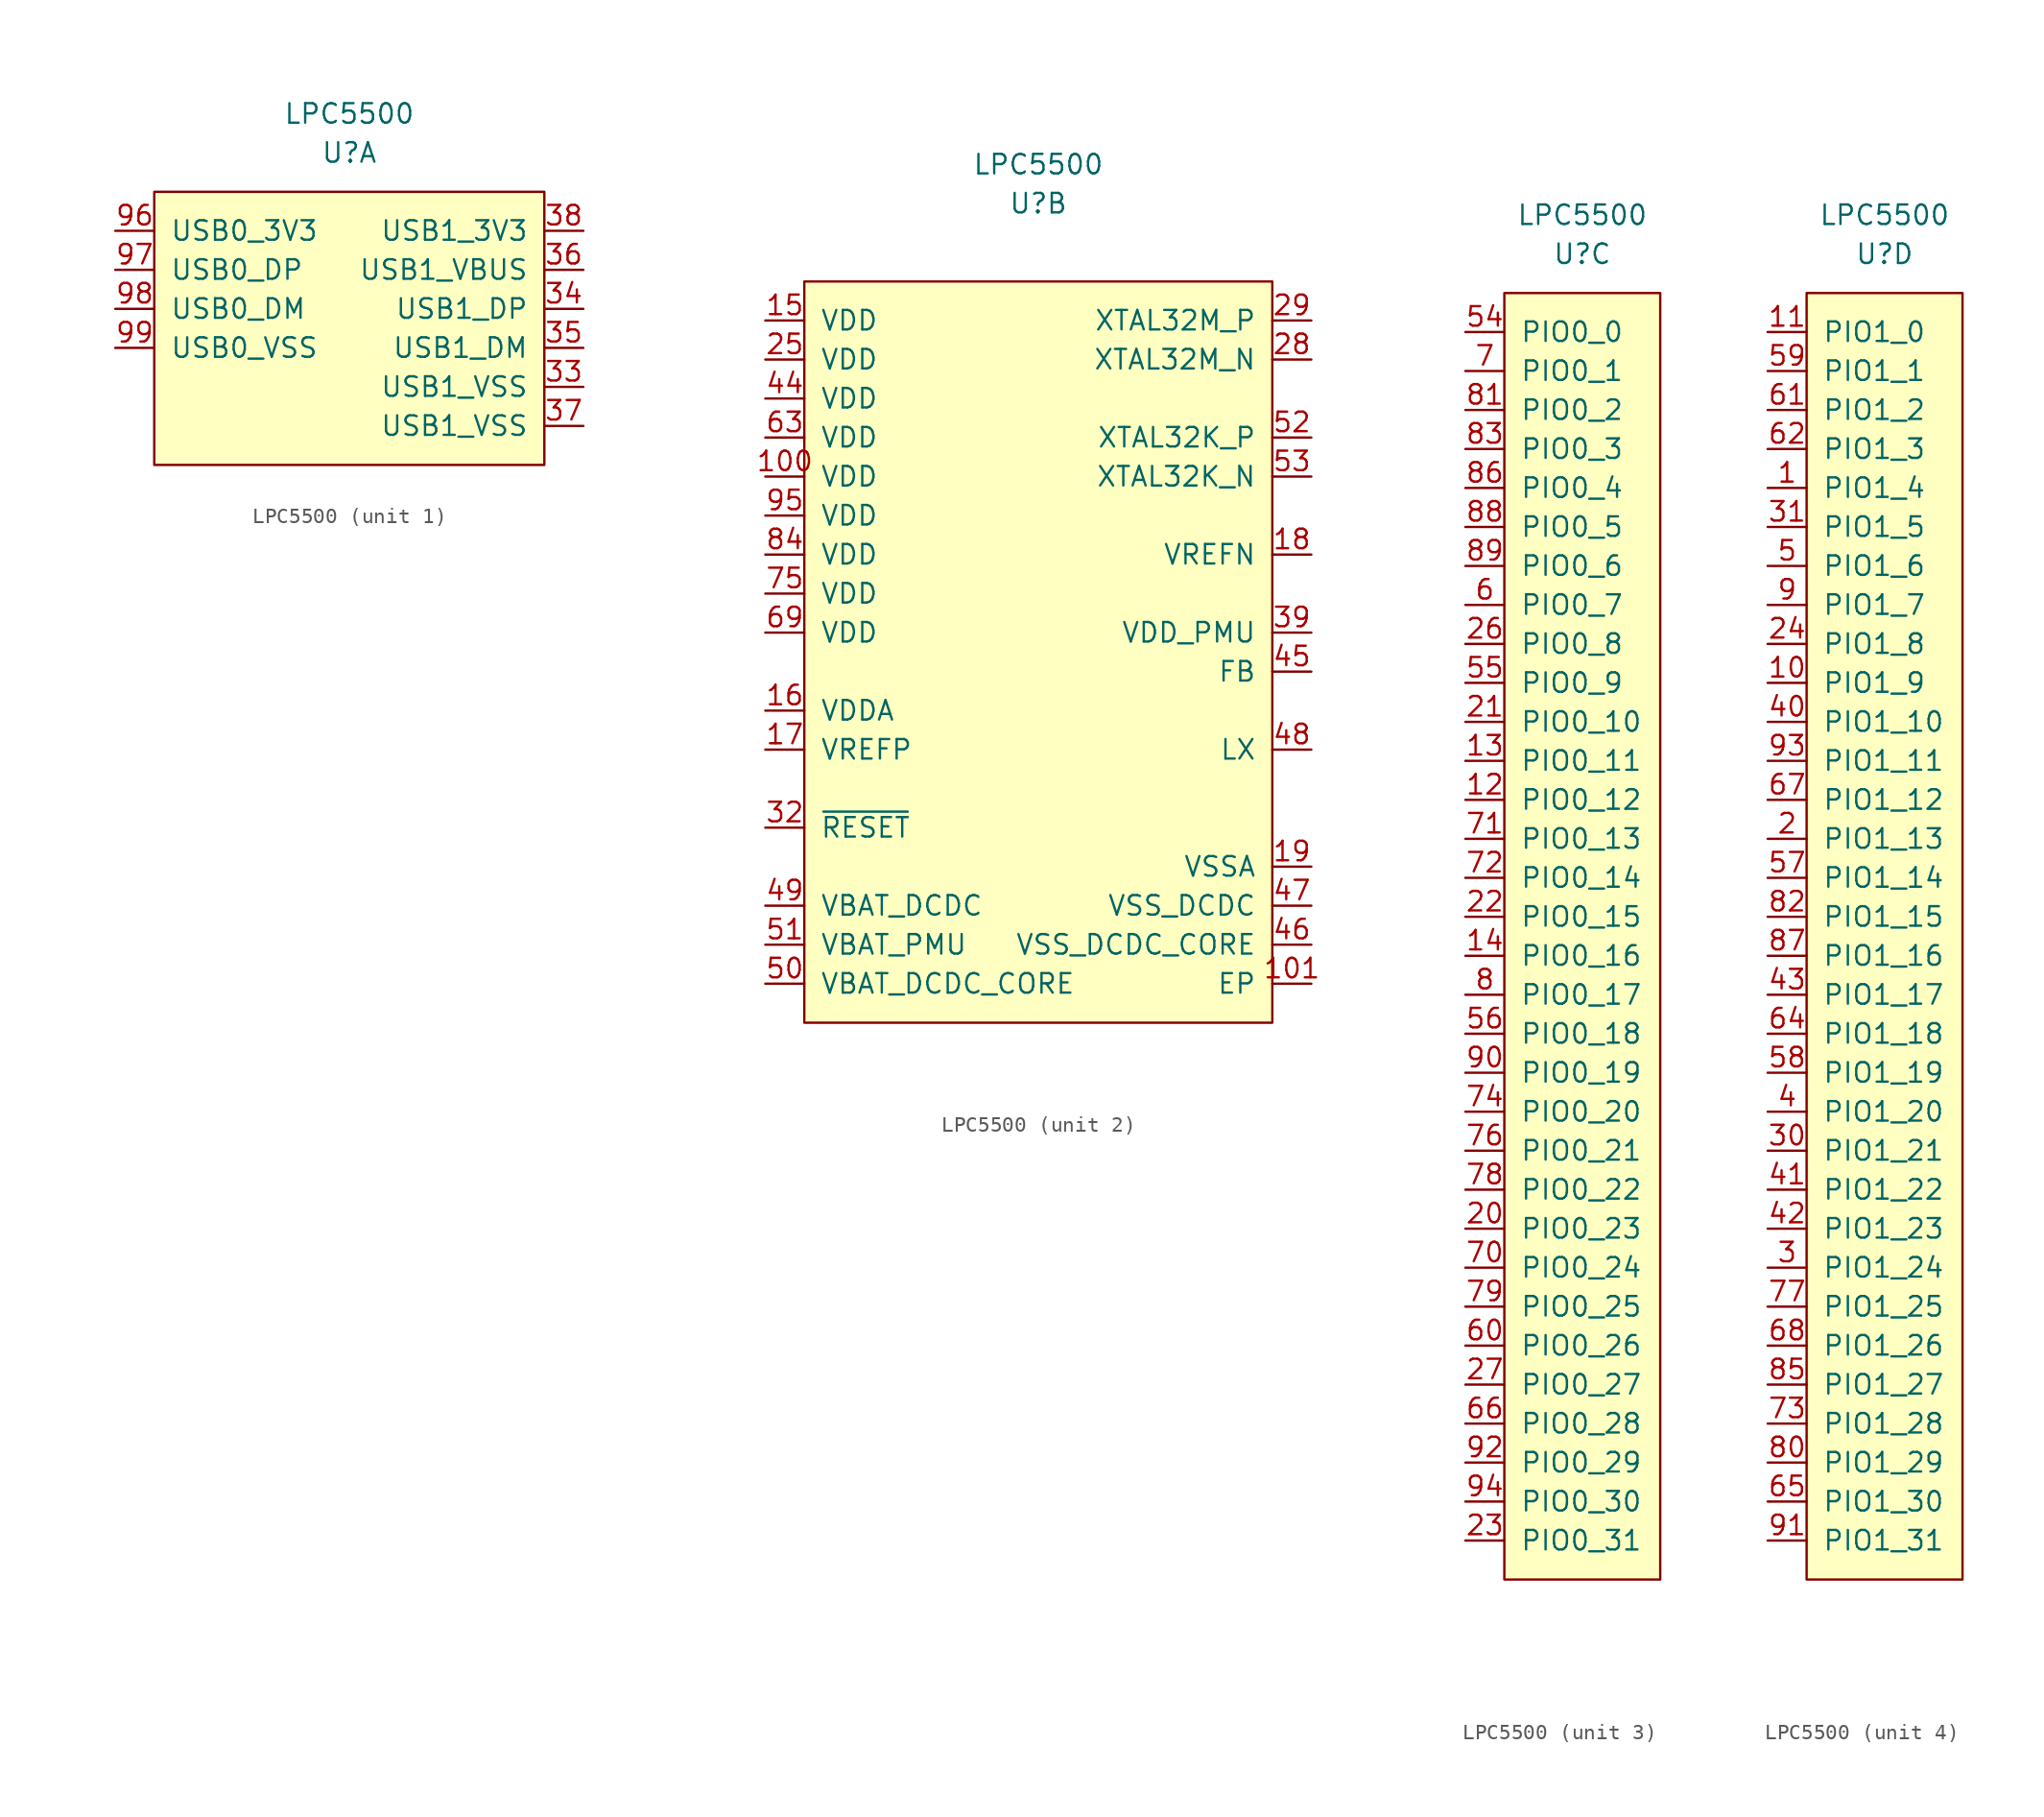
<source format=kicad_sym>
(kicad_symbol_lib
  (version 20231120)
  (generator "kicad_symbol_editor")
  (generator_version "8.0")
  (symbol "LPC5500"
    (pin_names
      (offset 1.016))
    (property "Reference" "U"
      (at 0 10.16 0)
      (effects (font (size 1.27 1.27))))
    (property "Value" "LPC5500"
      (at 0 12.7 0)
      (effects (font (size 1.27 1.27))))
    (property "ki_locked" ""
      (at 0 0 0)
      (effects (font (size 1.27 1.27))))
    (symbol "LPC5500_1_1"
      (rectangle (start -12.7 7.62) (end 12.7 -10.16) (stroke (width 0) (type default)) (fill (type background)))
      (pin power_in line (at 15.24 -5.08 180) (length 2.54) (name "USB1_VSS" (effects (font (size 1.27 1.27)))) (number "33" (effects (font (size 1.27 1.27)))))
      (pin bidirectional line (at 15.24 0 180) (length 2.54) (name "USB1_DP" (effects (font (size 1.27 1.27)))) (number "34" (effects (font (size 1.27 1.27)))))
      (pin bidirectional line (at 15.24 -2.54 180) (length 2.54) (name "USB1_DM" (effects (font (size 1.27 1.27)))) (number "35" (effects (font (size 1.27 1.27)))))
      (pin power_in line (at 15.24 2.54 180) (length 2.54) (name "USB1_VBUS" (effects (font (size 1.27 1.27)))) (number "36" (effects (font (size 1.27 1.27)))))
      (pin power_in line (at 15.24 -7.62 180) (length 2.54) (name "USB1_VSS" (effects (font (size 1.27 1.27)))) (number "37" (effects (font (size 1.27 1.27)))))
      (pin power_in line (at 15.24 5.08 180) (length 2.54) (name "USB1_3V3" (effects (font (size 1.27 1.27)))) (number "38" (effects (font (size 1.27 1.27)))))
      (pin power_in line (at -15.24 5.08 0) (length 2.54) (name "USB0_3V3" (effects (font (size 1.27 1.27)))) (number "96" (effects (font (size 1.27 1.27)))))
      (pin bidirectional line (at -15.24 2.54 0) (length 2.54) (name "USB0_DP" (effects (font (size 1.27 1.27)))) (number "97" (effects (font (size 1.27 1.27)))))
      (pin bidirectional line (at -15.24 0 0) (length 2.54) (name "USB0_DM" (effects (font (size 1.27 1.27)))) (number "98" (effects (font (size 1.27 1.27)))))
      (pin power_in line (at -15.24 -2.54 0) (length 2.54) (name "USB0_VSS" (effects (font (size 1.27 1.27)))) (number "99" (effects (font (size 1.27 1.27))))))
    (symbol "LPC5500_2_1"
      (rectangle (start -15.24 5.08) (end 15.24 -43.18) (stroke (width 0) (type default)) (fill (type background)))
      (pin power_in line (at -17.78 -7.62 0) (length 2.54) (name "VDD" (effects (font (size 1.27 1.27)))) (number "100" (effects (font (size 1.27 1.27)))))
      (pin power_in line (at 17.78 -40.64 180) (length 2.54) (name "EP" (effects (font (size 1.27 1.27)))) (number "101" (effects (font (size 1.27 1.27)))))
      (pin power_in line (at -17.78 2.54 0) (length 2.54) (name "VDD" (effects (font (size 1.27 1.27)))) (number "15" (effects (font (size 1.27 1.27)))))
      (pin power_in line (at -17.78 -22.86 0) (length 2.54) (name "VDDA" (effects (font (size 1.27 1.27)))) (number "16" (effects (font (size 1.27 1.27)))))
      (pin power_in line (at -17.78 -25.4 0) (length 2.54) (name "VREFP" (effects (font (size 1.27 1.27)))) (number "17" (effects (font (size 1.27 1.27)))))
      (pin power_in line (at 17.78 -12.7 180) (length 2.54) (name "VREFN" (effects (font (size 1.27 1.27)))) (number "18" (effects (font (size 1.27 1.27)))))
      (pin power_in line (at 17.78 -33.02 180) (length 2.54) (name "VSSA" (effects (font (size 1.27 1.27)))) (number "19" (effects (font (size 1.27 1.27)))))
      (pin power_in line (at -17.78 0 0) (length 2.54) (name "VDD" (effects (font (size 1.27 1.27)))) (number "25" (effects (font (size 1.27 1.27)))))
      (pin input line (at 17.78 0 180) (length 2.54) (name "XTAL32M_N" (effects (font (size 1.27 1.27)))) (number "28" (effects (font (size 1.27 1.27)))))
      (pin input line (at 17.78 2.54 180) (length 2.54) (name "XTAL32M_P" (effects (font (size 1.27 1.27)))) (number "29" (effects (font (size 1.27 1.27)))))
      (pin input line (at -17.78 -30.48 0) (length 2.54) (name "~{RESET}" (effects (font (size 1.27 1.27)))) (number "32" (effects (font (size 1.27 1.27)))))
      (pin power_in line (at 17.78 -17.78 180) (length 2.54) (name "VDD_PMU" (effects (font (size 1.27 1.27)))) (number "39" (effects (font (size 1.27 1.27)))))
      (pin power_in line (at -17.78 -2.54 0) (length 2.54) (name "VDD" (effects (font (size 1.27 1.27)))) (number "44" (effects (font (size 1.27 1.27)))))
      (pin power_in line (at 17.78 -20.32 180) (length 2.54) (name "FB" (effects (font (size 1.27 1.27)))) (number "45" (effects (font (size 1.27 1.27)))))
      (pin power_in line (at 17.78 -38.1 180) (length 2.54) (name "VSS_DCDC_CORE" (effects (font (size 1.27 1.27)))) (number "46" (effects (font (size 1.27 1.27)))))
      (pin power_in line (at 17.78 -35.56 180) (length 2.54) (name "VSS_DCDC" (effects (font (size 1.27 1.27)))) (number "47" (effects (font (size 1.27 1.27)))))
      (pin power_out line (at 17.78 -25.4 180) (length 2.54) (name "LX" (effects (font (size 1.27 1.27)))) (number "48" (effects (font (size 1.27 1.27)))))
      (pin power_in line (at -17.78 -35.56 0) (length 2.54) (name "VBAT_DCDC" (effects (font (size 1.27 1.27)))) (number "49" (effects (font (size 1.27 1.27)))))
      (pin power_in line (at -17.78 -40.64 0) (length 2.54) (name "VBAT_DCDC_CORE" (effects (font (size 1.27 1.27)))) (number "50" (effects (font (size 1.27 1.27)))))
      (pin power_in line (at -17.78 -38.1 0) (length 2.54) (name "VBAT_PMU" (effects (font (size 1.27 1.27)))) (number "51" (effects (font (size 1.27 1.27)))))
      (pin input line (at 17.78 -5.08 180) (length 2.54) (name "XTAL32K_P" (effects (font (size 1.27 1.27)))) (number "52" (effects (font (size 1.27 1.27)))))
      (pin input line (at 17.78 -7.62 180) (length 2.54) (name "XTAL32K_N" (effects (font (size 1.27 1.27)))) (number "53" (effects (font (size 1.27 1.27)))))
      (pin power_in line (at -17.78 -5.08 0) (length 2.54) (name "VDD" (effects (font (size 1.27 1.27)))) (number "63" (effects (font (size 1.27 1.27)))))
      (pin power_in line (at -17.78 -17.78 0) (length 2.54) (name "VDD" (effects (font (size 1.27 1.27)))) (number "69" (effects (font (size 1.27 1.27)))))
      (pin power_in line (at -17.78 -15.24 0) (length 2.54) (name "VDD" (effects (font (size 1.27 1.27)))) (number "75" (effects (font (size 1.27 1.27)))))
      (pin power_in line (at -17.78 -12.7 0) (length 2.54) (name "VDD" (effects (font (size 1.27 1.27)))) (number "84" (effects (font (size 1.27 1.27)))))
      (pin power_in line (at -17.78 -10.16 0) (length 2.54) (name "VDD" (effects (font (size 1.27 1.27)))) (number "95" (effects (font (size 1.27 1.27))))))
    (symbol "LPC5500_3_1"
      (rectangle (start -5.08 7.62) (end 5.08 -76.2) (stroke (width 0) (type default)) (fill (type background)))
      (pin bidirectional line (at -7.62 -25.4 0) (length 2.54) (name "PIO0_12" (effects (font (size 1.27 1.27)))) (number "12" (effects (font (size 1.27 1.27)))))
      (pin bidirectional line (at -7.62 -22.86 0) (length 2.54) (name "PIO0_11" (effects (font (size 1.27 1.27)))) (number "13" (effects (font (size 1.27 1.27)))))
      (pin bidirectional line (at -7.62 -35.56 0) (length 2.54) (name "PIO0_16" (effects (font (size 1.27 1.27)))) (number "14" (effects (font (size 1.27 1.27)))))
      (pin bidirectional line (at -7.62 -53.34 0) (length 2.54) (name "PIO0_23" (effects (font (size 1.27 1.27)))) (number "20" (effects (font (size 1.27 1.27)))))
      (pin bidirectional line (at -7.62 -20.32 0) (length 2.54) (name "PIO0_10" (effects (font (size 1.27 1.27)))) (number "21" (effects (font (size 1.27 1.27)))))
      (pin bidirectional line (at -7.62 -33.02 0) (length 2.54) (name "PIO0_15" (effects (font (size 1.27 1.27)))) (number "22" (effects (font (size 1.27 1.27)))))
      (pin bidirectional line (at -7.62 -73.66 0) (length 2.54) (name "PIO0_31" (effects (font (size 1.27 1.27)))) (number "23" (effects (font (size 1.27 1.27)))))
      (pin bidirectional line (at -7.62 -15.24 0) (length 2.54) (name "PIO0_8" (effects (font (size 1.27 1.27)))) (number "26" (effects (font (size 1.27 1.27)))))
      (pin bidirectional line (at -7.62 -63.5 0) (length 2.54) (name "PIO0_27" (effects (font (size 1.27 1.27)))) (number "27" (effects (font (size 1.27 1.27)))))
      (pin bidirectional line (at -7.62 5.08 0) (length 2.54) (name "PIO0_0" (effects (font (size 1.27 1.27)))) (number "54" (effects (font (size 1.27 1.27)))))
      (pin bidirectional line (at -7.62 -17.78 0) (length 2.54) (name "PIO0_9" (effects (font (size 1.27 1.27)))) (number "55" (effects (font (size 1.27 1.27)))))
      (pin bidirectional line (at -7.62 -40.64 0) (length 2.54) (name "PIO0_18" (effects (font (size 1.27 1.27)))) (number "56" (effects (font (size 1.27 1.27)))))
      (pin bidirectional line (at -7.62 -12.7 0) (length 2.54) (name "PIO0_7" (effects (font (size 1.27 1.27)))) (number "6" (effects (font (size 1.27 1.27)))))
      (pin bidirectional line (at -7.62 -60.96 0) (length 2.54) (name "PIO0_26" (effects (font (size 1.27 1.27)))) (number "60" (effects (font (size 1.27 1.27)))))
      (pin bidirectional line (at -7.62 -66.04 0) (length 2.54) (name "PIO0_28" (effects (font (size 1.27 1.27)))) (number "66" (effects (font (size 1.27 1.27)))))
      (pin bidirectional line (at -7.62 2.54 0) (length 2.54) (name "PIO0_1" (effects (font (size 1.27 1.27)))) (number "7" (effects (font (size 1.27 1.27)))))
      (pin bidirectional line (at -7.62 -55.88 0) (length 2.54) (name "PIO0_24" (effects (font (size 1.27 1.27)))) (number "70" (effects (font (size 1.27 1.27)))))
      (pin bidirectional line (at -7.62 -27.94 0) (length 2.54) (name "PIO0_13" (effects (font (size 1.27 1.27)))) (number "71" (effects (font (size 1.27 1.27)))))
      (pin bidirectional line (at -7.62 -30.48 0) (length 2.54) (name "PIO0_14" (effects (font (size 1.27 1.27)))) (number "72" (effects (font (size 1.27 1.27)))))
      (pin bidirectional line (at -7.62 -45.72 0) (length 2.54) (name "PIO0_20" (effects (font (size 1.27 1.27)))) (number "74" (effects (font (size 1.27 1.27)))))
      (pin bidirectional line (at -7.62 -48.26 0) (length 2.54) (name "PIO0_21" (effects (font (size 1.27 1.27)))) (number "76" (effects (font (size 1.27 1.27)))))
      (pin bidirectional line (at -7.62 -50.8 0) (length 2.54) (name "PIO0_22" (effects (font (size 1.27 1.27)))) (number "78" (effects (font (size 1.27 1.27)))))
      (pin bidirectional line (at -7.62 -58.42 0) (length 2.54) (name "PIO0_25" (effects (font (size 1.27 1.27)))) (number "79" (effects (font (size 1.27 1.27)))))
      (pin bidirectional line (at -7.62 -38.1 0) (length 2.54) (name "PIO0_17" (effects (font (size 1.27 1.27)))) (number "8" (effects (font (size 1.27 1.27)))))
      (pin bidirectional line (at -7.62 0 0) (length 2.54) (name "PIO0_2" (effects (font (size 1.27 1.27)))) (number "81" (effects (font (size 1.27 1.27)))))
      (pin bidirectional line (at -7.62 -2.54 0) (length 2.54) (name "PIO0_3" (effects (font (size 1.27 1.27)))) (number "83" (effects (font (size 1.27 1.27)))))
      (pin bidirectional line (at -7.62 -5.08 0) (length 2.54) (name "PIO0_4" (effects (font (size 1.27 1.27)))) (number "86" (effects (font (size 1.27 1.27)))))
      (pin bidirectional line (at -7.62 -7.62 0) (length 2.54) (name "PIO0_5" (effects (font (size 1.27 1.27)))) (number "88" (effects (font (size 1.27 1.27)))))
      (pin bidirectional line (at -7.62 -10.16 0) (length 2.54) (name "PIO0_6" (effects (font (size 1.27 1.27)))) (number "89" (effects (font (size 1.27 1.27)))))
      (pin bidirectional line (at -7.62 -43.18 0) (length 2.54) (name "PIO0_19" (effects (font (size 1.27 1.27)))) (number "90" (effects (font (size 1.27 1.27)))))
      (pin bidirectional line (at -7.62 -68.58 0) (length 2.54) (name "PIO0_29" (effects (font (size 1.27 1.27)))) (number "92" (effects (font (size 1.27 1.27)))))
      (pin bidirectional line (at -7.62 -71.12 0) (length 2.54) (name "PIO0_30" (effects (font (size 1.27 1.27)))) (number "94" (effects (font (size 1.27 1.27))))))
    (symbol "LPC5500_4_1"
      (rectangle (start -5.08 7.62) (end 5.08 -76.2) (stroke (width 0) (type default)) (fill (type background)))
      (pin bidirectional line (at -7.62 -5.08 0) (length 2.54) (name "PIO1_4" (effects (font (size 1.27 1.27)))) (number "1" (effects (font (size 1.27 1.27)))))
      (pin bidirectional line (at -7.62 -17.78 0) (length 2.54) (name "PIO1_9" (effects (font (size 1.27 1.27)))) (number "10" (effects (font (size 1.27 1.27)))))
      (pin bidirectional line (at -7.62 5.08 0) (length 2.54) (name "PIO1_0" (effects (font (size 1.27 1.27)))) (number "11" (effects (font (size 1.27 1.27)))))
      (pin bidirectional line (at -7.62 -27.94 0) (length 2.54) (name "PIO1_13" (effects (font (size 1.27 1.27)))) (number "2" (effects (font (size 1.27 1.27)))))
      (pin bidirectional line (at -7.62 -15.24 0) (length 2.54) (name "PIO1_8" (effects (font (size 1.27 1.27)))) (number "24" (effects (font (size 1.27 1.27)))))
      (pin bidirectional line (at -7.62 -55.88 0) (length 2.54) (name "PIO1_24" (effects (font (size 1.27 1.27)))) (number "3" (effects (font (size 1.27 1.27)))))
      (pin bidirectional line (at -7.62 -48.26 0) (length 2.54) (name "PIO1_21" (effects (font (size 1.27 1.27)))) (number "30" (effects (font (size 1.27 1.27)))))
      (pin bidirectional line (at -7.62 -7.62 0) (length 2.54) (name "PIO1_5" (effects (font (size 1.27 1.27)))) (number "31" (effects (font (size 1.27 1.27)))))
      (pin bidirectional line (at -7.62 -45.72 0) (length 2.54) (name "PIO1_20" (effects (font (size 1.27 1.27)))) (number "4" (effects (font (size 1.27 1.27)))))
      (pin bidirectional line (at -7.62 -20.32 0) (length 2.54) (name "PIO1_10" (effects (font (size 1.27 1.27)))) (number "40" (effects (font (size 1.27 1.27)))))
      (pin bidirectional line (at -7.62 -50.8 0) (length 2.54) (name "PIO1_22" (effects (font (size 1.27 1.27)))) (number "41" (effects (font (size 1.27 1.27)))))
      (pin bidirectional line (at -7.62 -53.34 0) (length 2.54) (name "PIO1_23" (effects (font (size 1.27 1.27)))) (number "42" (effects (font (size 1.27 1.27)))))
      (pin bidirectional line (at -7.62 -38.1 0) (length 2.54) (name "PIO1_17" (effects (font (size 1.27 1.27)))) (number "43" (effects (font (size 1.27 1.27)))))
      (pin bidirectional line (at -7.62 -10.16 0) (length 2.54) (name "PIO1_6" (effects (font (size 1.27 1.27)))) (number "5" (effects (font (size 1.27 1.27)))))
      (pin bidirectional line (at -7.62 -30.48 0) (length 2.54) (name "PIO1_14" (effects (font (size 1.27 1.27)))) (number "57" (effects (font (size 1.27 1.27)))))
      (pin bidirectional line (at -7.62 -43.18 0) (length 2.54) (name "PIO1_19" (effects (font (size 1.27 1.27)))) (number "58" (effects (font (size 1.27 1.27)))))
      (pin bidirectional line (at -7.62 2.54 0) (length 2.54) (name "PIO1_1" (effects (font (size 1.27 1.27)))) (number "59" (effects (font (size 1.27 1.27)))))
      (pin bidirectional line (at -7.62 0 0) (length 2.54) (name "PIO1_2" (effects (font (size 1.27 1.27)))) (number "61" (effects (font (size 1.27 1.27)))))
      (pin bidirectional line (at -7.62 -2.54 0) (length 2.54) (name "PIO1_3" (effects (font (size 1.27 1.27)))) (number "62" (effects (font (size 1.27 1.27)))))
      (pin bidirectional line (at -7.62 -40.64 0) (length 2.54) (name "PIO1_18" (effects (font (size 1.27 1.27)))) (number "64" (effects (font (size 1.27 1.27)))))
      (pin bidirectional line (at -7.62 -71.12 0) (length 2.54) (name "PIO1_30" (effects (font (size 1.27 1.27)))) (number "65" (effects (font (size 1.27 1.27)))))
      (pin bidirectional line (at -7.62 -25.4 0) (length 2.54) (name "PIO1_12" (effects (font (size 1.27 1.27)))) (number "67" (effects (font (size 1.27 1.27)))))
      (pin bidirectional line (at -7.62 -60.96 0) (length 2.54) (name "PIO1_26" (effects (font (size 1.27 1.27)))) (number "68" (effects (font (size 1.27 1.27)))))
      (pin bidirectional line (at -7.62 -66.04 0) (length 2.54) (name "PIO1_28" (effects (font (size 1.27 1.27)))) (number "73" (effects (font (size 1.27 1.27)))))
      (pin bidirectional line (at -7.62 -58.42 0) (length 2.54) (name "PIO1_25" (effects (font (size 1.27 1.27)))) (number "77" (effects (font (size 1.27 1.27)))))
      (pin bidirectional line (at -7.62 -68.58 0) (length 2.54) (name "PIO1_29" (effects (font (size 1.27 1.27)))) (number "80" (effects (font (size 1.27 1.27)))))
      (pin bidirectional line (at -7.62 -33.02 0) (length 2.54) (name "PIO1_15" (effects (font (size 1.27 1.27)))) (number "82" (effects (font (size 1.27 1.27)))))
      (pin bidirectional line (at -7.62 -63.5 0) (length 2.54) (name "PIO1_27" (effects (font (size 1.27 1.27)))) (number "85" (effects (font (size 1.27 1.27)))))
      (pin bidirectional line (at -7.62 -35.56 0) (length 2.54) (name "PIO1_16" (effects (font (size 1.27 1.27)))) (number "87" (effects (font (size 1.27 1.27)))))
      (pin bidirectional line (at -7.62 -12.7 0) (length 2.54) (name "PIO1_7" (effects (font (size 1.27 1.27)))) (number "9" (effects (font (size 1.27 1.27)))))
      (pin bidirectional line (at -7.62 -73.66 0) (length 2.54) (name "PIO1_31" (effects (font (size 1.27 1.27)))) (number "91" (effects (font (size 1.27 1.27)))))
      (pin bidirectional line (at -7.62 -22.86 0) (length 2.54) (name "PIO1_11" (effects (font (size 1.27 1.27)))) (number "93" (effects (font (size 1.27 1.27))))))))
</source>
